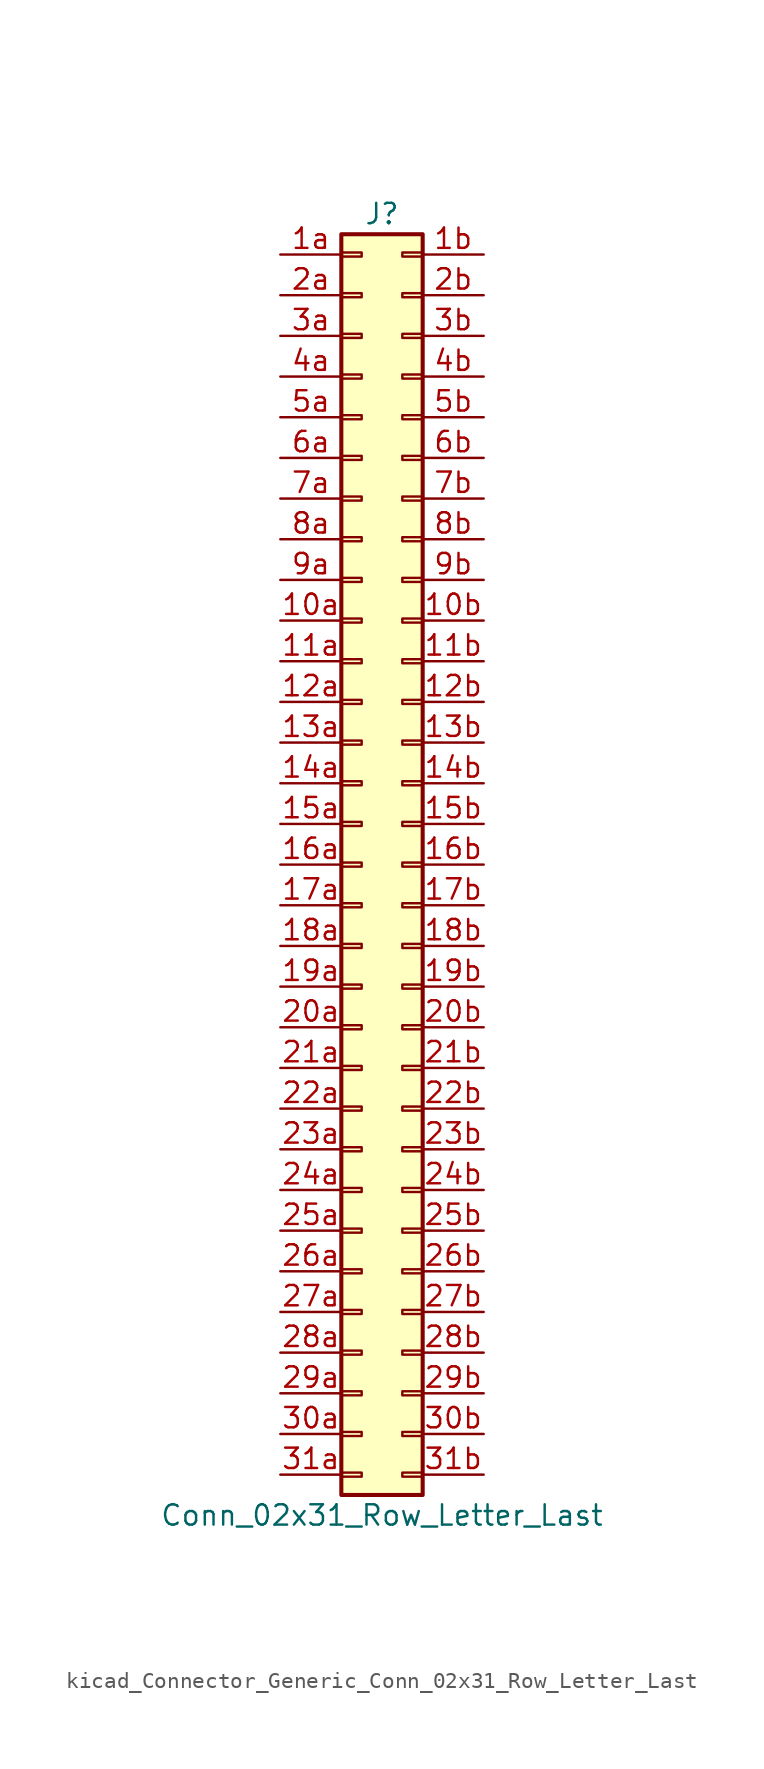
<source format=kicad_sym>
(kicad_symbol_lib
  (version 20220914)
  (generator kicad_symbol_editor)
  (symbol "kicad_Connector_Generic_Conn_02x31_Row_Letter_Last"
    (pin_names
      (offset 1.016) hide)
    (property "Reference" "J"
      (at 1.27 40.64 0)
      (effects (font (size 1.27 1.27))))
    (property "Value" "Conn_02x31_Row_Letter_Last"
      (at 1.27 -40.64 0)
      (effects (font (size 1.27 1.27))))
    (symbol "kicad_Connector_Generic_Conn_02x31_Row_Letter_Last_1_1"
      (rectangle (start -1.27 -37.973) (end 0 -38.227) (stroke (width 0.152) (type default)) (fill (type none)))
      (rectangle (start -1.27 -35.433) (end 0 -35.687) (stroke (width 0.152) (type default)) (fill (type none)))
      (rectangle (start -1.27 -32.893) (end 0 -33.147) (stroke (width 0.152) (type default)) (fill (type none)))
      (rectangle (start -1.27 -30.353) (end 0 -30.607) (stroke (width 0.152) (type default)) (fill (type none)))
      (rectangle (start -1.27 -27.813) (end 0 -28.067) (stroke (width 0.152) (type default)) (fill (type none)))
      (rectangle (start -1.27 -25.273) (end 0 -25.527) (stroke (width 0.152) (type default)) (fill (type none)))
      (rectangle (start -1.27 -22.733) (end 0 -22.987) (stroke (width 0.152) (type default)) (fill (type none)))
      (rectangle (start -1.27 -20.193) (end 0 -20.447) (stroke (width 0.152) (type default)) (fill (type none)))
      (rectangle (start -1.27 -17.653) (end 0 -17.907) (stroke (width 0.152) (type default)) (fill (type none)))
      (rectangle (start -1.27 -15.113) (end 0 -15.367) (stroke (width 0.152) (type default)) (fill (type none)))
      (rectangle (start -1.27 -12.573) (end 0 -12.827) (stroke (width 0.152) (type default)) (fill (type none)))
      (rectangle (start -1.27 -10.033) (end 0 -10.287) (stroke (width 0.152) (type default)) (fill (type none)))
      (rectangle (start -1.27 -7.493) (end 0 -7.747) (stroke (width 0.152) (type default)) (fill (type none)))
      (rectangle (start -1.27 -4.953) (end 0 -5.207) (stroke (width 0.152) (type default)) (fill (type none)))
      (rectangle (start -1.27 -2.413) (end 0 -2.667) (stroke (width 0.152) (type default)) (fill (type none)))
      (rectangle (start -1.27 0.127) (end 0 -0.127) (stroke (width 0.152) (type default)) (fill (type none)))
      (rectangle (start -1.27 2.667) (end 0 2.413) (stroke (width 0.152) (type default)) (fill (type none)))
      (rectangle (start -1.27 5.207) (end 0 4.953) (stroke (width 0.152) (type default)) (fill (type none)))
      (rectangle (start -1.27 7.747) (end 0 7.493) (stroke (width 0.152) (type default)) (fill (type none)))
      (rectangle (start -1.27 10.287) (end 0 10.033) (stroke (width 0.152) (type default)) (fill (type none)))
      (rectangle (start -1.27 12.827) (end 0 12.573) (stroke (width 0.152) (type default)) (fill (type none)))
      (rectangle (start -1.27 15.367) (end 0 15.113) (stroke (width 0.152) (type default)) (fill (type none)))
      (rectangle (start -1.27 17.907) (end 0 17.653) (stroke (width 0.152) (type default)) (fill (type none)))
      (rectangle (start -1.27 20.447) (end 0 20.193) (stroke (width 0.152) (type default)) (fill (type none)))
      (rectangle (start -1.27 22.987) (end 0 22.733) (stroke (width 0.152) (type default)) (fill (type none)))
      (rectangle (start -1.27 25.527) (end 0 25.273) (stroke (width 0.152) (type default)) (fill (type none)))
      (rectangle (start -1.27 28.067) (end 0 27.813) (stroke (width 0.152) (type default)) (fill (type none)))
      (rectangle (start -1.27 30.607) (end 0 30.353) (stroke (width 0.152) (type default)) (fill (type none)))
      (rectangle (start -1.27 33.147) (end 0 32.893) (stroke (width 0.152) (type default)) (fill (type none)))
      (rectangle (start -1.27 35.687) (end 0 35.433) (stroke (width 0.152) (type default)) (fill (type none)))
      (rectangle (start -1.27 38.227) (end 0 37.973) (stroke (width 0.152) (type default)) (fill (type none)))
      (rectangle (start -1.27 39.37) (end 3.81 -39.37) (stroke (width 0.254) (type default)) (fill (type background)))
      (rectangle (start 3.81 -37.973) (end 2.54 -38.227) (stroke (width 0.152) (type default)) (fill (type none)))
      (rectangle (start 3.81 -35.433) (end 2.54 -35.687) (stroke (width 0.152) (type default)) (fill (type none)))
      (rectangle (start 3.81 -32.893) (end 2.54 -33.147) (stroke (width 0.152) (type default)) (fill (type none)))
      (rectangle (start 3.81 -30.353) (end 2.54 -30.607) (stroke (width 0.152) (type default)) (fill (type none)))
      (rectangle (start 3.81 -27.813) (end 2.54 -28.067) (stroke (width 0.152) (type default)) (fill (type none)))
      (rectangle (start 3.81 -25.273) (end 2.54 -25.527) (stroke (width 0.152) (type default)) (fill (type none)))
      (rectangle (start 3.81 -22.733) (end 2.54 -22.987) (stroke (width 0.152) (type default)) (fill (type none)))
      (rectangle (start 3.81 -20.193) (end 2.54 -20.447) (stroke (width 0.152) (type default)) (fill (type none)))
      (rectangle (start 3.81 -17.653) (end 2.54 -17.907) (stroke (width 0.152) (type default)) (fill (type none)))
      (rectangle (start 3.81 -15.113) (end 2.54 -15.367) (stroke (width 0.152) (type default)) (fill (type none)))
      (rectangle (start 3.81 -12.573) (end 2.54 -12.827) (stroke (width 0.152) (type default)) (fill (type none)))
      (rectangle (start 3.81 -10.033) (end 2.54 -10.287) (stroke (width 0.152) (type default)) (fill (type none)))
      (rectangle (start 3.81 -7.493) (end 2.54 -7.747) (stroke (width 0.152) (type default)) (fill (type none)))
      (rectangle (start 3.81 -4.953) (end 2.54 -5.207) (stroke (width 0.152) (type default)) (fill (type none)))
      (rectangle (start 3.81 -2.413) (end 2.54 -2.667) (stroke (width 0.152) (type default)) (fill (type none)))
      (rectangle (start 3.81 0.127) (end 2.54 -0.127) (stroke (width 0.152) (type default)) (fill (type none)))
      (rectangle (start 3.81 2.667) (end 2.54 2.413) (stroke (width 0.152) (type default)) (fill (type none)))
      (rectangle (start 3.81 5.207) (end 2.54 4.953) (stroke (width 0.152) (type default)) (fill (type none)))
      (rectangle (start 3.81 7.747) (end 2.54 7.493) (stroke (width 0.152) (type default)) (fill (type none)))
      (rectangle (start 3.81 10.287) (end 2.54 10.033) (stroke (width 0.152) (type default)) (fill (type none)))
      (rectangle (start 3.81 12.827) (end 2.54 12.573) (stroke (width 0.152) (type default)) (fill (type none)))
      (rectangle (start 3.81 15.367) (end 2.54 15.113) (stroke (width 0.152) (type default)) (fill (type none)))
      (rectangle (start 3.81 17.907) (end 2.54 17.653) (stroke (width 0.152) (type default)) (fill (type none)))
      (rectangle (start 3.81 20.447) (end 2.54 20.193) (stroke (width 0.152) (type default)) (fill (type none)))
      (rectangle (start 3.81 22.987) (end 2.54 22.733) (stroke (width 0.152) (type default)) (fill (type none)))
      (rectangle (start 3.81 25.527) (end 2.54 25.273) (stroke (width 0.152) (type default)) (fill (type none)))
      (rectangle (start 3.81 28.067) (end 2.54 27.813) (stroke (width 0.152) (type default)) (fill (type none)))
      (rectangle (start 3.81 30.607) (end 2.54 30.353) (stroke (width 0.152) (type default)) (fill (type none)))
      (rectangle (start 3.81 33.147) (end 2.54 32.893) (stroke (width 0.152) (type default)) (fill (type none)))
      (rectangle (start 3.81 35.687) (end 2.54 35.433) (stroke (width 0.152) (type default)) (fill (type none)))
      (rectangle (start 3.81 38.227) (end 2.54 37.973) (stroke (width 0.152) (type default)) (fill (type none)))
      (pin passive line (at -5.08 15.24 0) (length 3.81) (name "Pin_10a" (effects (font (size 1.27 1.27)))) (number "10a" (effects (font (size 1.27 1.27)))))
      (pin passive line (at 7.62 15.24 180) (length 3.81) (name "Pin_10b" (effects (font (size 1.27 1.27)))) (number "10b" (effects (font (size 1.27 1.27)))))
      (pin passive line (at -5.08 12.7 0) (length 3.81) (name "Pin_11a" (effects (font (size 1.27 1.27)))) (number "11a" (effects (font (size 1.27 1.27)))))
      (pin passive line (at 7.62 12.7 180) (length 3.81) (name "Pin_11b" (effects (font (size 1.27 1.27)))) (number "11b" (effects (font (size 1.27 1.27)))))
      (pin passive line (at -5.08 10.16 0) (length 3.81) (name "Pin_12a" (effects (font (size 1.27 1.27)))) (number "12a" (effects (font (size 1.27 1.27)))))
      (pin passive line (at 7.62 10.16 180) (length 3.81) (name "Pin_12b" (effects (font (size 1.27 1.27)))) (number "12b" (effects (font (size 1.27 1.27)))))
      (pin passive line (at -5.08 7.62 0) (length 3.81) (name "Pin_13a" (effects (font (size 1.27 1.27)))) (number "13a" (effects (font (size 1.27 1.27)))))
      (pin passive line (at 7.62 7.62 180) (length 3.81) (name "Pin_13b" (effects (font (size 1.27 1.27)))) (number "13b" (effects (font (size 1.27 1.27)))))
      (pin passive line (at -5.08 5.08 0) (length 3.81) (name "Pin_14a" (effects (font (size 1.27 1.27)))) (number "14a" (effects (font (size 1.27 1.27)))))
      (pin passive line (at 7.62 5.08 180) (length 3.81) (name "Pin_14b" (effects (font (size 1.27 1.27)))) (number "14b" (effects (font (size 1.27 1.27)))))
      (pin passive line (at -5.08 2.54 0) (length 3.81) (name "Pin_15a" (effects (font (size 1.27 1.27)))) (number "15a" (effects (font (size 1.27 1.27)))))
      (pin passive line (at 7.62 2.54 180) (length 3.81) (name "Pin_15b" (effects (font (size 1.27 1.27)))) (number "15b" (effects (font (size 1.27 1.27)))))
      (pin passive line (at -5.08 0 0) (length 3.81) (name "Pin_16a" (effects (font (size 1.27 1.27)))) (number "16a" (effects (font (size 1.27 1.27)))))
      (pin passive line (at 7.62 0 180) (length 3.81) (name "Pin_16b" (effects (font (size 1.27 1.27)))) (number "16b" (effects (font (size 1.27 1.27)))))
      (pin passive line (at -5.08 -2.54 0) (length 3.81) (name "Pin_17a" (effects (font (size 1.27 1.27)))) (number "17a" (effects (font (size 1.27 1.27)))))
      (pin passive line (at 7.62 -2.54 180) (length 3.81) (name "Pin_17b" (effects (font (size 1.27 1.27)))) (number "17b" (effects (font (size 1.27 1.27)))))
      (pin passive line (at -5.08 -5.08 0) (length 3.81) (name "Pin_18a" (effects (font (size 1.27 1.27)))) (number "18a" (effects (font (size 1.27 1.27)))))
      (pin passive line (at 7.62 -5.08 180) (length 3.81) (name "Pin_18b" (effects (font (size 1.27 1.27)))) (number "18b" (effects (font (size 1.27 1.27)))))
      (pin passive line (at -5.08 -7.62 0) (length 3.81) (name "Pin_19a" (effects (font (size 1.27 1.27)))) (number "19a" (effects (font (size 1.27 1.27)))))
      (pin passive line (at 7.62 -7.62 180) (length 3.81) (name "Pin_19b" (effects (font (size 1.27 1.27)))) (number "19b" (effects (font (size 1.27 1.27)))))
      (pin passive line (at -5.08 38.1 0) (length 3.81) (name "Pin_1a" (effects (font (size 1.27 1.27)))) (number "1a" (effects (font (size 1.27 1.27)))))
      (pin passive line (at 7.62 38.1 180) (length 3.81) (name "Pin_1b" (effects (font (size 1.27 1.27)))) (number "1b" (effects (font (size 1.27 1.27)))))
      (pin passive line (at -5.08 -10.16 0) (length 3.81) (name "Pin_20a" (effects (font (size 1.27 1.27)))) (number "20a" (effects (font (size 1.27 1.27)))))
      (pin passive line (at 7.62 -10.16 180) (length 3.81) (name "Pin_20b" (effects (font (size 1.27 1.27)))) (number "20b" (effects (font (size 1.27 1.27)))))
      (pin passive line (at -5.08 -12.7 0) (length 3.81) (name "Pin_21a" (effects (font (size 1.27 1.27)))) (number "21a" (effects (font (size 1.27 1.27)))))
      (pin passive line (at 7.62 -12.7 180) (length 3.81) (name "Pin_21b" (effects (font (size 1.27 1.27)))) (number "21b" (effects (font (size 1.27 1.27)))))
      (pin passive line (at -5.08 -15.24 0) (length 3.81) (name "Pin_22a" (effects (font (size 1.27 1.27)))) (number "22a" (effects (font (size 1.27 1.27)))))
      (pin passive line (at 7.62 -15.24 180) (length 3.81) (name "Pin_22b" (effects (font (size 1.27 1.27)))) (number "22b" (effects (font (size 1.27 1.27)))))
      (pin passive line (at -5.08 -17.78 0) (length 3.81) (name "Pin_23a" (effects (font (size 1.27 1.27)))) (number "23a" (effects (font (size 1.27 1.27)))))
      (pin passive line (at 7.62 -17.78 180) (length 3.81) (name "Pin_23b" (effects (font (size 1.27 1.27)))) (number "23b" (effects (font (size 1.27 1.27)))))
      (pin passive line (at -5.08 -20.32 0) (length 3.81) (name "Pin_24a" (effects (font (size 1.27 1.27)))) (number "24a" (effects (font (size 1.27 1.27)))))
      (pin passive line (at 7.62 -20.32 180) (length 3.81) (name "Pin_24b" (effects (font (size 1.27 1.27)))) (number "24b" (effects (font (size 1.27 1.27)))))
      (pin passive line (at -5.08 -22.86 0) (length 3.81) (name "Pin_25a" (effects (font (size 1.27 1.27)))) (number "25a" (effects (font (size 1.27 1.27)))))
      (pin passive line (at 7.62 -22.86 180) (length 3.81) (name "Pin_25b" (effects (font (size 1.27 1.27)))) (number "25b" (effects (font (size 1.27 1.27)))))
      (pin passive line (at -5.08 -25.4 0) (length 3.81) (name "Pin_26a" (effects (font (size 1.27 1.27)))) (number "26a" (effects (font (size 1.27 1.27)))))
      (pin passive line (at 7.62 -25.4 180) (length 3.81) (name "Pin_26b" (effects (font (size 1.27 1.27)))) (number "26b" (effects (font (size 1.27 1.27)))))
      (pin passive line (at -5.08 -27.94 0) (length 3.81) (name "Pin_27a" (effects (font (size 1.27 1.27)))) (number "27a" (effects (font (size 1.27 1.27)))))
      (pin passive line (at 7.62 -27.94 180) (length 3.81) (name "Pin_27b" (effects (font (size 1.27 1.27)))) (number "27b" (effects (font (size 1.27 1.27)))))
      (pin passive line (at -5.08 -30.48 0) (length 3.81) (name "Pin_28a" (effects (font (size 1.27 1.27)))) (number "28a" (effects (font (size 1.27 1.27)))))
      (pin passive line (at 7.62 -30.48 180) (length 3.81) (name "Pin_28b" (effects (font (size 1.27 1.27)))) (number "28b" (effects (font (size 1.27 1.27)))))
      (pin passive line (at -5.08 -33.02 0) (length 3.81) (name "Pin_29a" (effects (font (size 1.27 1.27)))) (number "29a" (effects (font (size 1.27 1.27)))))
      (pin passive line (at 7.62 -33.02 180) (length 3.81) (name "Pin_29b" (effects (font (size 1.27 1.27)))) (number "29b" (effects (font (size 1.27 1.27)))))
      (pin passive line (at -5.08 35.56 0) (length 3.81) (name "Pin_2a" (effects (font (size 1.27 1.27)))) (number "2a" (effects (font (size 1.27 1.27)))))
      (pin passive line (at 7.62 35.56 180) (length 3.81) (name "Pin_2b" (effects (font (size 1.27 1.27)))) (number "2b" (effects (font (size 1.27 1.27)))))
      (pin passive line (at -5.08 -35.56 0) (length 3.81) (name "Pin_30a" (effects (font (size 1.27 1.27)))) (number "30a" (effects (font (size 1.27 1.27)))))
      (pin passive line (at 7.62 -35.56 180) (length 3.81) (name "Pin_30b" (effects (font (size 1.27 1.27)))) (number "30b" (effects (font (size 1.27 1.27)))))
      (pin passive line (at -5.08 -38.1 0) (length 3.81) (name "Pin_31a" (effects (font (size 1.27 1.27)))) (number "31a" (effects (font (size 1.27 1.27)))))
      (pin passive line (at 7.62 -38.1 180) (length 3.81) (name "Pin_31b" (effects (font (size 1.27 1.27)))) (number "31b" (effects (font (size 1.27 1.27)))))
      (pin passive line (at -5.08 33.02 0) (length 3.81) (name "Pin_3a" (effects (font (size 1.27 1.27)))) (number "3a" (effects (font (size 1.27 1.27)))))
      (pin passive line (at 7.62 33.02 180) (length 3.81) (name "Pin_3b" (effects (font (size 1.27 1.27)))) (number "3b" (effects (font (size 1.27 1.27)))))
      (pin passive line (at -5.08 30.48 0) (length 3.81) (name "Pin_4a" (effects (font (size 1.27 1.27)))) (number "4a" (effects (font (size 1.27 1.27)))))
      (pin passive line (at 7.62 30.48 180) (length 3.81) (name "Pin_4b" (effects (font (size 1.27 1.27)))) (number "4b" (effects (font (size 1.27 1.27)))))
      (pin passive line (at -5.08 27.94 0) (length 3.81) (name "Pin_5a" (effects (font (size 1.27 1.27)))) (number "5a" (effects (font (size 1.27 1.27)))))
      (pin passive line (at 7.62 27.94 180) (length 3.81) (name "Pin_5b" (effects (font (size 1.27 1.27)))) (number "5b" (effects (font (size 1.27 1.27)))))
      (pin passive line (at -5.08 25.4 0) (length 3.81) (name "Pin_6a" (effects (font (size 1.27 1.27)))) (number "6a" (effects (font (size 1.27 1.27)))))
      (pin passive line (at 7.62 25.4 180) (length 3.81) (name "Pin_6b" (effects (font (size 1.27 1.27)))) (number "6b" (effects (font (size 1.27 1.27)))))
      (pin passive line (at -5.08 22.86 0) (length 3.81) (name "Pin_7a" (effects (font (size 1.27 1.27)))) (number "7a" (effects (font (size 1.27 1.27)))))
      (pin passive line (at 7.62 22.86 180) (length 3.81) (name "Pin_7b" (effects (font (size 1.27 1.27)))) (number "7b" (effects (font (size 1.27 1.27)))))
      (pin passive line (at -5.08 20.32 0) (length 3.81) (name "Pin_8a" (effects (font (size 1.27 1.27)))) (number "8a" (effects (font (size 1.27 1.27)))))
      (pin passive line (at 7.62 20.32 180) (length 3.81) (name "Pin_8b" (effects (font (size 1.27 1.27)))) (number "8b" (effects (font (size 1.27 1.27)))))
      (pin passive line (at -5.08 17.78 0) (length 3.81) (name "Pin_9a" (effects (font (size 1.27 1.27)))) (number "9a" (effects (font (size 1.27 1.27)))))
      (pin passive line (at 7.62 17.78 180) (length 3.81) (name "Pin_9b" (effects (font (size 1.27 1.27)))) (number "9b" (effects (font (size 1.27 1.27))))))))
</source>
